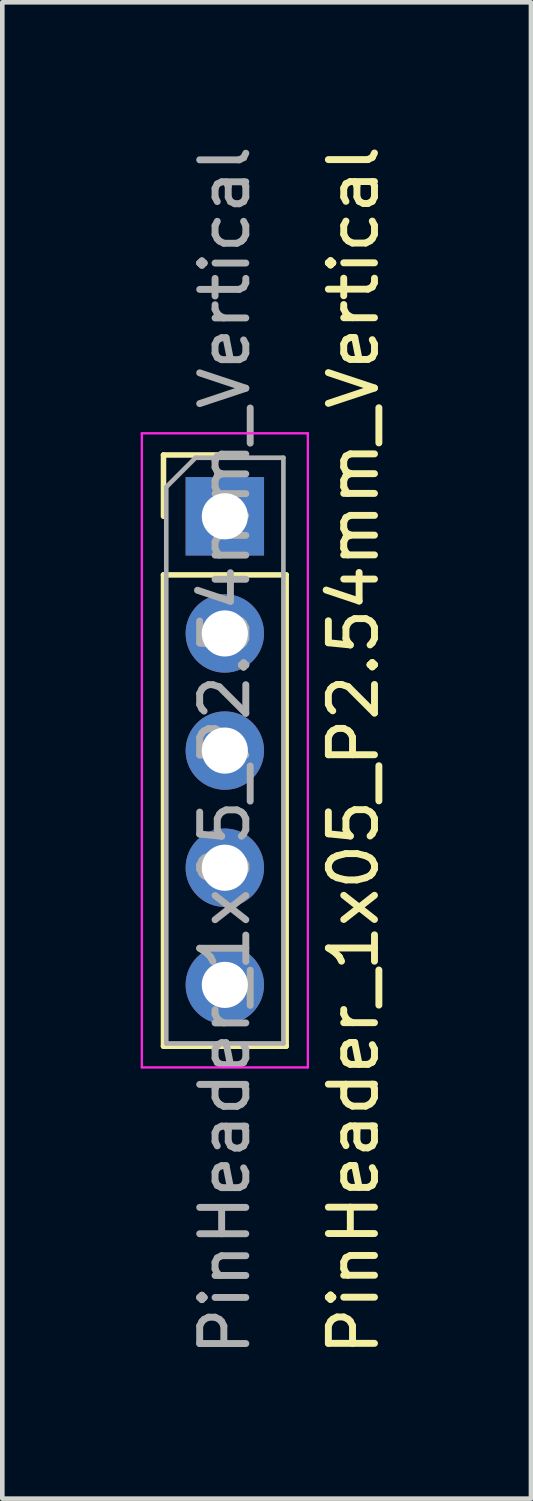
<source format=kicad_pcb>
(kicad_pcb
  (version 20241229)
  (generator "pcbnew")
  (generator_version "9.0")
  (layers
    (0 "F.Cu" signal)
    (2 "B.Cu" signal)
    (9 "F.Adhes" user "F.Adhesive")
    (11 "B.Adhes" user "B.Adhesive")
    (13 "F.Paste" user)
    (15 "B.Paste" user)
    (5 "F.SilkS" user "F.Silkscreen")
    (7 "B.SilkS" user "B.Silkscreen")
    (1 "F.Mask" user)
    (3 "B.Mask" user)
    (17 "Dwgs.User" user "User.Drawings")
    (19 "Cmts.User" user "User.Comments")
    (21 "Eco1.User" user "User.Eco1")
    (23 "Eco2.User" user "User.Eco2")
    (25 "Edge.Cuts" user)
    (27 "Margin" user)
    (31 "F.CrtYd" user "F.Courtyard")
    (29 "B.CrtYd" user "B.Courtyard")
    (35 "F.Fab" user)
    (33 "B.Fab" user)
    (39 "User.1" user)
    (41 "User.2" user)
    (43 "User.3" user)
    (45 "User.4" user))
  (footprint "PinHeader_1x05_P2.54mm_Vertical"
    (layer "F.Cu")
    (at 1.825 8.145)
    (property "Reference" "PinHeader_1x05_P2.54mm_Vertical" (at 2.79 5.075 90) (layer "F.SilkS") (effects (font (size 1 1) (thickness 0.15))))
    (attr through_hole)
    (fp_line (start -1.33 -1.33) (end 0 -1.33) (stroke (width 0.12) (type solid)) (layer "F.SilkS"))
    (fp_line (start -1.33 0) (end -1.33 -1.33) (stroke (width 0.12) (type solid)) (layer "F.SilkS"))
    (fp_line (start -1.33 1.27) (end -1.33 11.49) (stroke (width 0.12) (type solid)) (layer "F.SilkS"))
    (fp_line (start -1.33 1.27) (end 1.33 1.27) (stroke (width 0.12) (type solid)) (layer "F.SilkS"))
    (fp_line (start -1.33 11.49) (end 1.33 11.49) (stroke (width 0.12) (type solid)) (layer "F.SilkS"))
    (fp_line (start 1.33 1.27) (end 1.33 11.49) (stroke (width 0.12) (type solid)) (layer "F.SilkS"))
    (fp_line (start -1.8 -1.8) (end -1.8 11.95) (stroke (width 0.05) (type solid)) (layer "F.CrtYd"))
    (fp_line (start -1.8 11.95) (end 1.8 11.95) (stroke (width 0.05) (type solid)) (layer "F.CrtYd"))
    (fp_line (start 1.8 -1.8) (end -1.8 -1.8) (stroke (width 0.05) (type solid)) (layer "F.CrtYd"))
    (fp_line (start 1.8 11.95) (end 1.8 -1.8) (stroke (width 0.05) (type solid)) (layer "F.CrtYd"))
    (fp_line (start -1.27 -0.635) (end -0.635 -1.27) (stroke (width 0.1) (type solid)) (layer "F.Fab"))
    (fp_line (start -1.27 11.43) (end -1.27 -0.635) (stroke (width 0.1) (type solid)) (layer "F.Fab"))
    (fp_line (start -0.635 -1.27) (end 1.27 -1.27) (stroke (width 0.1) (type solid)) (layer "F.Fab"))
    (fp_line (start 1.27 -1.27) (end 1.27 11.43) (stroke (width 0.1) (type solid)) (layer "F.Fab"))
    (fp_line (start 1.27 11.43) (end -1.27 11.43) (stroke (width 0.1) (type solid)) (layer "F.Fab"))
    (fp_text user "${REFERENCE}" (at 0 5.08 90) (layer "F.Fab") (effects (font (size 1 1) (thickness 0.15))))
    (pad "1" thru_hole rect (at 0 0) (size 1.7 1.7) (drill 1) (layers "*.Cu" "*.Mask"))
    (pad "2" thru_hole oval (at 0 2.54) (size 1.7 1.7) (drill 1) (layers "*.Cu" "*.Mask"))
    (pad "3" thru_hole oval (at 0 5.08) (size 1.7 1.7) (drill 1) (layers "*.Cu" "*.Mask"))
    (pad "4" thru_hole oval (at 0 7.62) (size 1.7 1.7) (drill 1) (layers "*.Cu" "*.Mask"))
    (pad "5" thru_hole oval (at 0 10.16) (size 1.7 1.7) (drill 1) (layers "*.Cu" "*.Mask")))
  (gr_rect
    (start -3 -3)
    (end 8.463 29.445)
    (stroke (width 0.1) (type default))
    (fill no)
    (layer "Edge.Cuts")))
</source>
